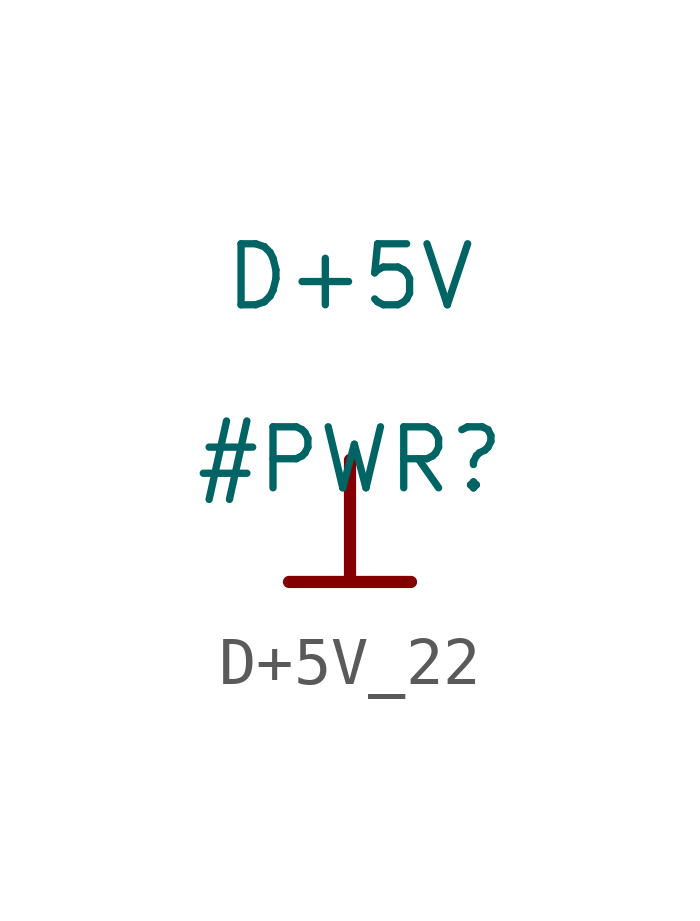
<source format=kicad_sym>
(kicad_symbol_lib
  (version 20241209)
  (generator "kicad_symbol_editor")
  (generator_version "9.0")
  (symbol "D+5V_22"
    (power)
    (property "Reference" "#PWR"
      (at 0 0 0)
      (effects (font (size 1.27 1.27))))
    (property "Value" "D+5V"
      (at 0 3.81 0)
      (effects (font (size 1.27 1.27))))
    (symbol "D+5V_22_0_0"
      (polyline (pts (xy -1.27 -2.54) (xy 1.27 -2.54)) (stroke (width 0.254) (type solid)) (fill (type none)))
      (polyline (pts (xy 0 0) (xy 0 -2.54)) (stroke (width 0.254) (type solid)) (fill (type none))))
    (symbol "D+5V_22_1_0"
      (pin power_out line (at 0 0 0) (length 0) (hide yes) (name "D+5V" (effects (font (size 1.27 1.27)))) (number "" (effects (font (size 1.27 1.27))))))))
</source>
